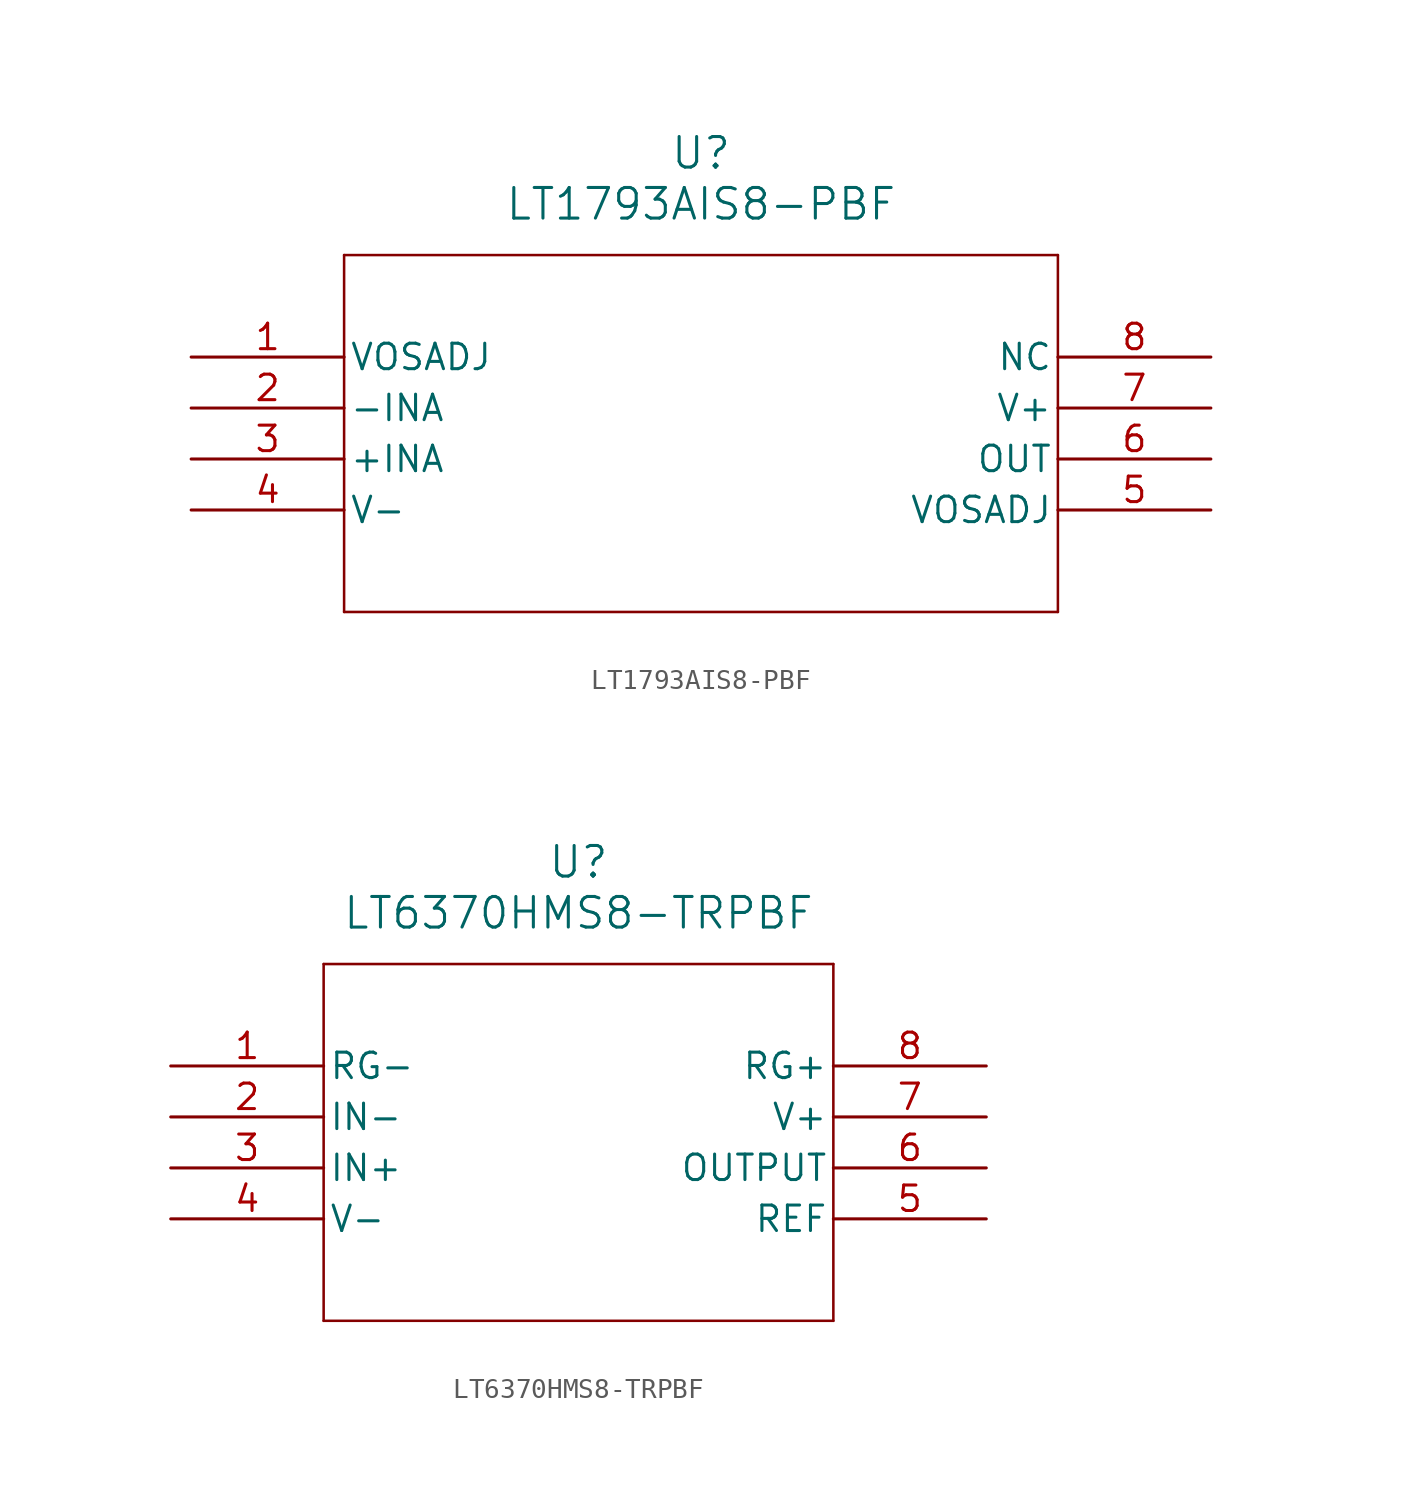
<source format=kicad_sym>
(kicad_symbol_lib
  (version 20241209)
  (generator "kicad_symbol_editor")
  (generator_version "9.0")
  (symbol "LT1793AIS8-PBF"
    (pin_names
      (offset 0.254))
    (property "Reference" "U"
      (at 25.4 10.16 0)
      (effects (font (size 1.524 1.524))))
    (property "Value" "LT1793AIS8-PBF"
      (at 25.4 7.62 0)
      (effects (font (size 1.524 1.524))))
    (property "ki_locked" ""
      (at 0 0 0)
      (effects (font (size 1.27 1.27))))
    (symbol "LT1793AIS8-PBF_0_1"
      (polyline (pts (xy 7.62 5.08) (xy 7.62 -12.7)) (stroke (width 0.127) (type default)) (fill (type none)))
      (polyline (pts (xy 7.62 -12.7) (xy 43.18 -12.7)) (stroke (width 0.127) (type default)) (fill (type none)))
      (polyline (pts (xy 43.18 5.08) (xy 7.62 5.08)) (stroke (width 0.127) (type default)) (fill (type none)))
      (polyline (pts (xy 43.18 -12.7) (xy 43.18 5.08)) (stroke (width 0.127) (type default)) (fill (type none)))
      (pin unspecified line (at 0 0 0) (length 7.62) (name "VOSADJ" (effects (font (size 1.27 1.27)))) (number "1" (effects (font (size 1.27 1.27)))))
      (pin input line (at 0 -2.54 0) (length 7.62) (name "-INA" (effects (font (size 1.27 1.27)))) (number "2" (effects (font (size 1.27 1.27)))))
      (pin input line (at 0 -5.08 0) (length 7.62) (name "+INA" (effects (font (size 1.27 1.27)))) (number "3" (effects (font (size 1.27 1.27)))))
      (pin power_in line (at 0 -7.62 0) (length 7.62) (name "V-" (effects (font (size 1.27 1.27)))) (number "4" (effects (font (size 1.27 1.27)))))
      (pin unspecified line (at 50.8 0 180) (length 7.62) (name "NC" (effects (font (size 1.27 1.27)))) (number "8" (effects (font (size 1.27 1.27)))))
      (pin power_in line (at 50.8 -2.54 180) (length 7.62) (name "V+" (effects (font (size 1.27 1.27)))) (number "7" (effects (font (size 1.27 1.27)))))
      (pin output line (at 50.8 -5.08 180) (length 7.62) (name "OUT" (effects (font (size 1.27 1.27)))) (number "6" (effects (font (size 1.27 1.27)))))
      (pin unspecified line (at 50.8 -7.62 180) (length 7.62) (name "VOSADJ" (effects (font (size 1.27 1.27)))) (number "5" (effects (font (size 1.27 1.27)))))))
  (symbol "LT6370HMS8-TRPBF"
    (pin_names
      (offset 0.254))
    (property "Reference" "U"
      (at 20.32 10.16 0)
      (effects (font (size 1.524 1.524))))
    (property "Value" "LT6370HMS8-TRPBF"
      (at 20.32 7.62 0)
      (effects (font (size 1.524 1.524))))
    (property "ki_locked" ""
      (at 0 0 0)
      (effects (font (size 1.27 1.27))))
    (symbol "LT6370HMS8-TRPBF_0_1"
      (polyline (pts (xy 7.62 5.08) (xy 7.62 -12.7)) (stroke (width 0.127) (type default)) (fill (type none)))
      (polyline (pts (xy 7.62 -12.7) (xy 33.02 -12.7)) (stroke (width 0.127) (type default)) (fill (type none)))
      (polyline (pts (xy 33.02 5.08) (xy 7.62 5.08)) (stroke (width 0.127) (type default)) (fill (type none)))
      (polyline (pts (xy 33.02 -12.7) (xy 33.02 5.08)) (stroke (width 0.127) (type default)) (fill (type none)))
      (pin unspecified line (at 0 0 0) (length 7.62) (name "RG-" (effects (font (size 1.27 1.27)))) (number "1" (effects (font (size 1.27 1.27)))))
      (pin input line (at 0 -2.54 0) (length 7.62) (name "IN-" (effects (font (size 1.27 1.27)))) (number "2" (effects (font (size 1.27 1.27)))))
      (pin input line (at 0 -5.08 0) (length 7.62) (name "IN+" (effects (font (size 1.27 1.27)))) (number "3" (effects (font (size 1.27 1.27)))))
      (pin power_in line (at 0 -7.62 0) (length 7.62) (name "V-" (effects (font (size 1.27 1.27)))) (number "4" (effects (font (size 1.27 1.27)))))
      (pin unspecified line (at 40.64 0 180) (length 7.62) (name "RG+" (effects (font (size 1.27 1.27)))) (number "8" (effects (font (size 1.27 1.27)))))
      (pin power_in line (at 40.64 -2.54 180) (length 7.62) (name "V+" (effects (font (size 1.27 1.27)))) (number "7" (effects (font (size 1.27 1.27)))))
      (pin output line (at 40.64 -5.08 180) (length 7.62) (name "OUTPUT" (effects (font (size 1.27 1.27)))) (number "6" (effects (font (size 1.27 1.27)))))
      (pin power_in line (at 40.64 -7.62 180) (length 7.62) (name "REF" (effects (font (size 1.27 1.27)))) (number "5" (effects (font (size 1.27 1.27))))))))
</source>
